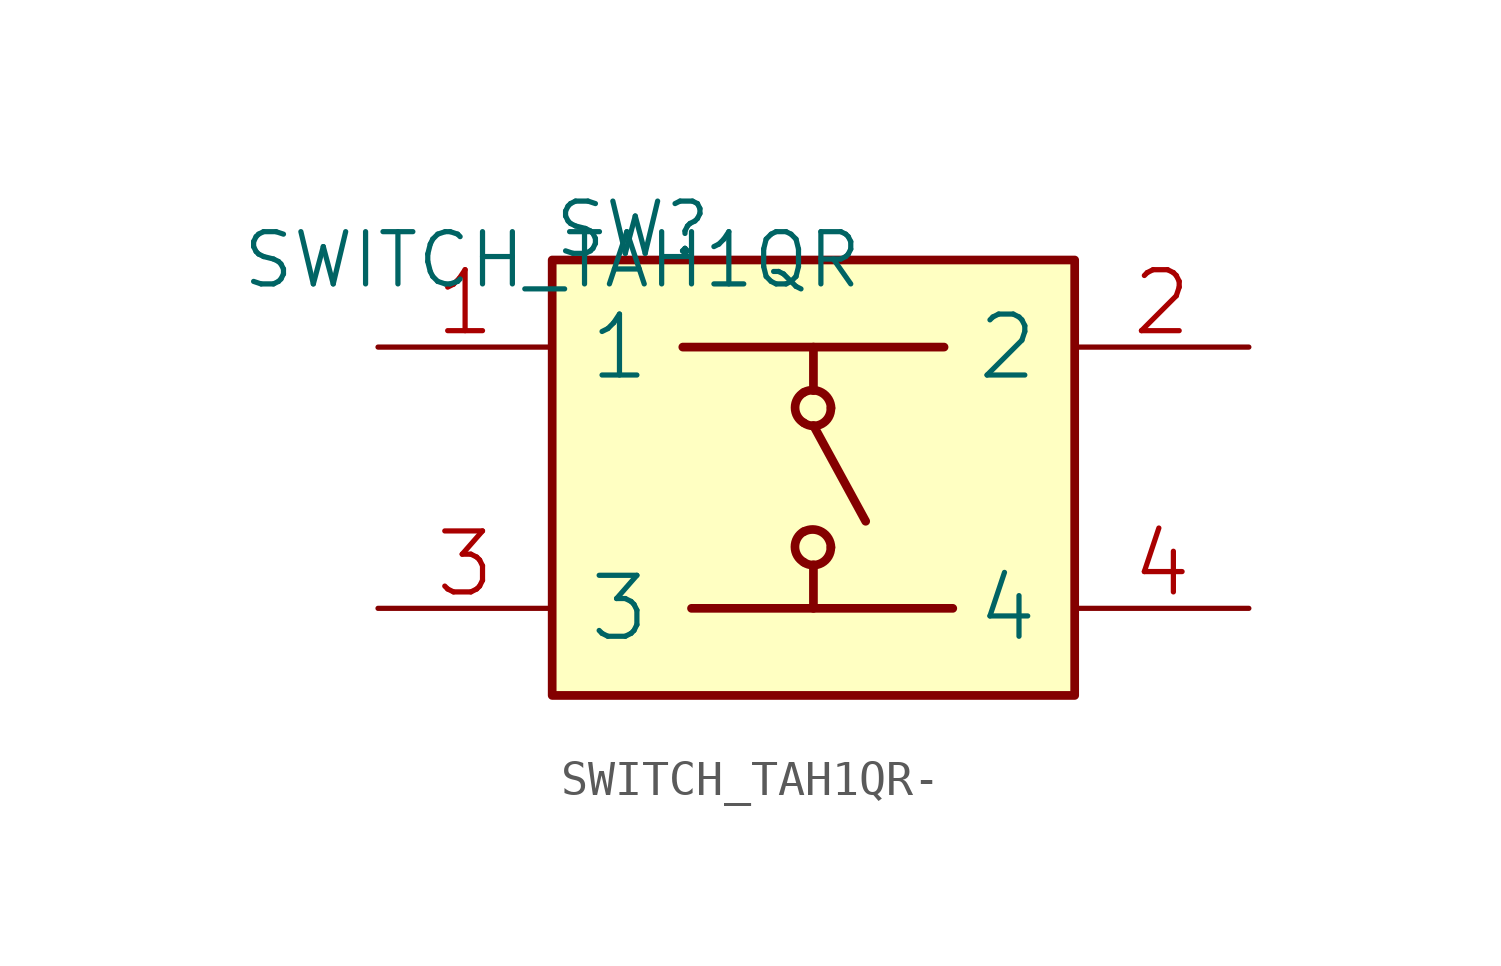
<source format=kicad_sym>
(kicad_symbol_lib
  (version 20220914)
  (generator kicad_symbol_editor)
  (symbol "SWITCH_TAH1QR-"
    (pin_names
      (offset 1.016))
    (property "Reference" "SW"
      (at 0 0 0)
      (effects (font (size 1.524 1.524)) (justify left bottom)))
    (property "Value" "SWITCH_TAH1QR"
      (at 0 0 0)
      (effects (font (size 1.524 1.524))))
    (property "Footprint" ""
      (at 0 0 0)
      (effects (font (size 1.524 1.524))))
    (property "Datasheet" ""
      (at 0 0 0)
      (effects (font (size 1.524 1.524))))
    (symbol "SWITCH_TAH1QR-_0_1"
      (rectangle (start 0 -12.7) (end 15.24 0) (stroke (width 0.254) (type solid)) (fill (type background)))
      (polyline (pts (xy 3.81 -2.54) (xy 11.43 -2.54)) (stroke (width 0.254) (type solid)) (fill (type none)))
      (polyline (pts (xy 4.064 -10.16) (xy 11.684 -10.16)) (stroke (width 0.254) (type solid)) (fill (type none)))
      (polyline (pts (xy 7.62 -8.89) (xy 7.62 -10.16)) (stroke (width 0.254) (type solid)) (fill (type none)))
      (polyline (pts (xy 7.62 -3.81) (xy 7.62 -2.54)) (stroke (width 0.254) (type solid)) (fill (type none)))
      (polyline (pts (xy 9.144 -7.62) (xy 7.62 -4.826)) (stroke (width 0.254) (type solid)) (fill (type none)))
      (pin passive line (at -5.08 -2.54 0) (length 5.08) (name "1" (effects (font (size 1.778 1.778)))) (number "1" (effects (font (size 1.778 1.778)))))
      (pin passive line (at 20.32 -2.54 180) (length 5.08) (name "2" (effects (font (size 1.778 1.778)))) (number "2" (effects (font (size 1.778 1.778)))))
      (pin passive line (at -5.08 -10.16 0) (length 5.08) (name "3" (effects (font (size 1.778 1.778)))) (number "3" (effects (font (size 1.778 1.778)))))
      (pin passive line (at 20.32 -10.16 180) (length 5.08) (name "4" (effects (font (size 1.778 1.778)))) (number "4" (effects (font (size 1.778 1.778))))))
    (symbol "SWITCH_TAH1QR-_1_1"
      (arc (start 7.3406 -8.8138) (mid 7.8658 -8.8338) (end 8.128 -8.382) (stroke (width 0.254) (type solid)) (fill (type none)))
      (arc (start 7.3406 -7.9248) (mid 7.0842 -8.3751) (end 7.3406 -8.8138) (stroke (width 0.254) (type solid)) (fill (type none)))
      (arc (start 7.3406 -4.7498) (mid 7.8658 -4.7698) (end 8.128 -4.318) (stroke (width 0.254) (type solid)) (fill (type none)))
      (arc (start 7.3406 -3.8608) (mid 7.0842 -4.3111) (end 7.3406 -4.7498) (stroke (width 0.254) (type solid)) (fill (type none)))
      (arc (start 8.128 -8.382) (mid 7.8685 -7.9389) (end 7.3406 -7.9248) (stroke (width 0.254) (type solid)) (fill (type none)))
      (arc (start 8.128 -4.318) (mid 7.8685 -3.8749) (end 7.3406 -3.8608) (stroke (width 0.254) (type solid)) (fill (type none))))))
</source>
